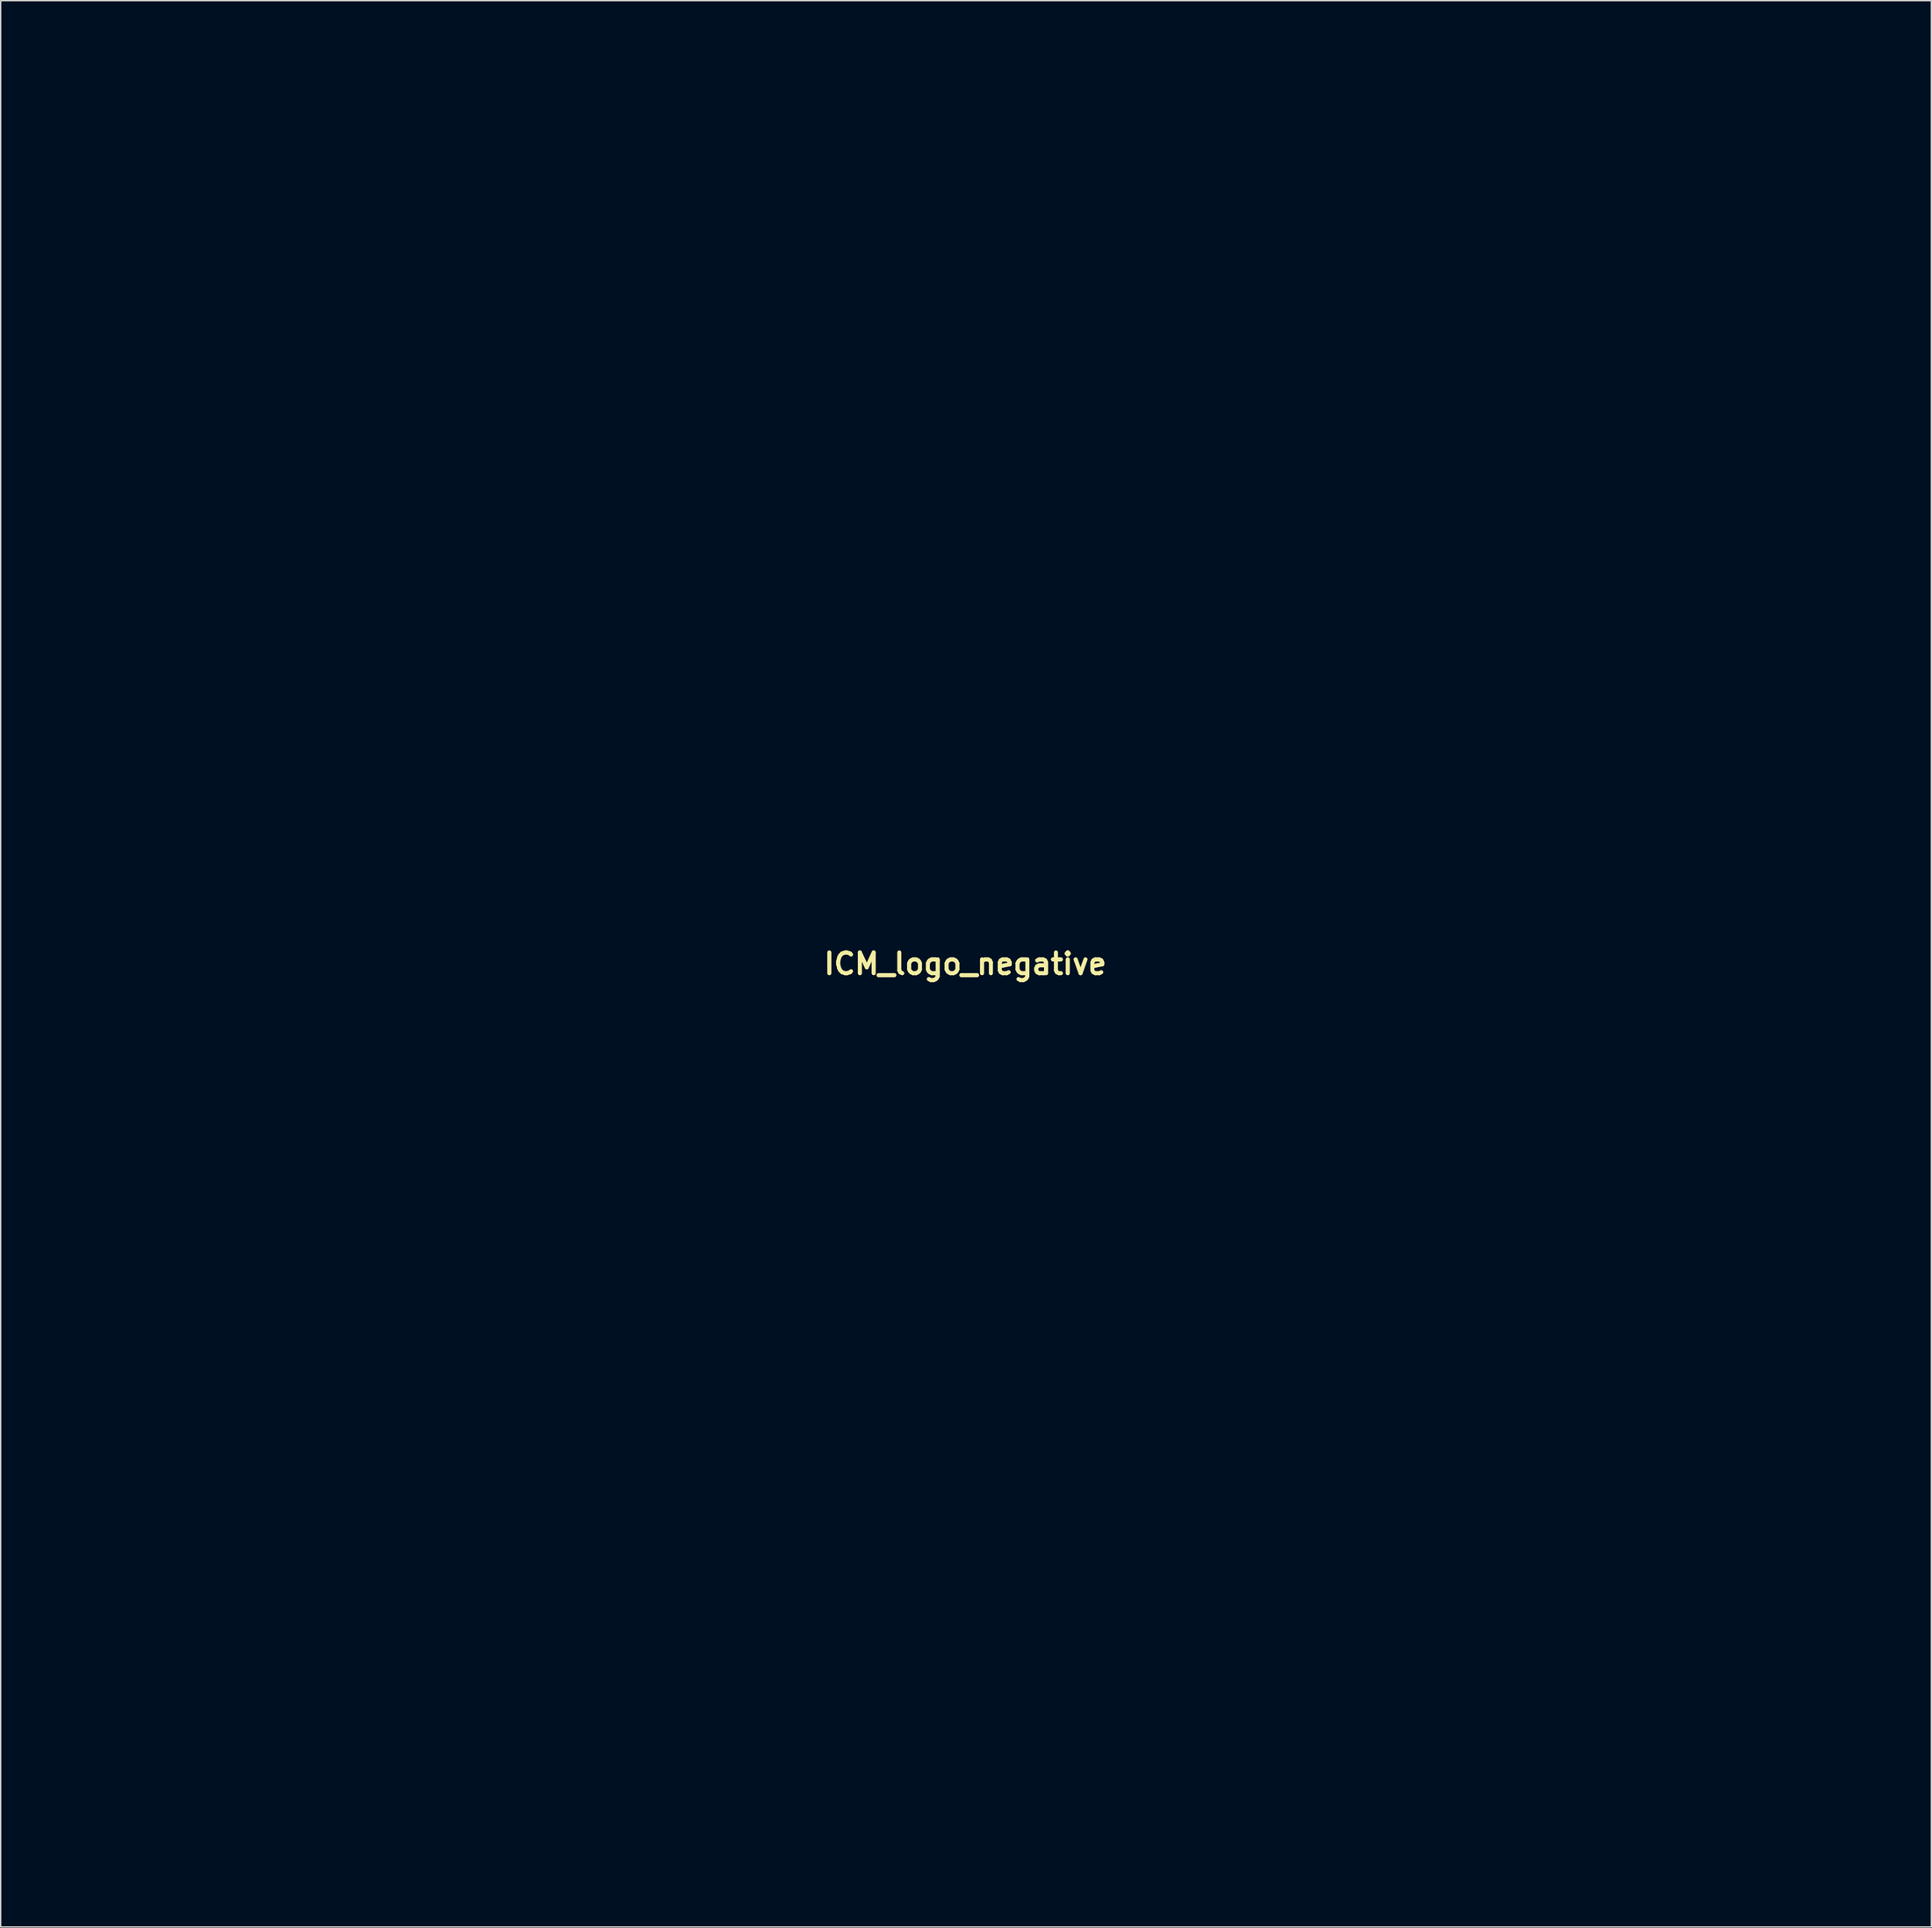
<source format=kicad_pcb>
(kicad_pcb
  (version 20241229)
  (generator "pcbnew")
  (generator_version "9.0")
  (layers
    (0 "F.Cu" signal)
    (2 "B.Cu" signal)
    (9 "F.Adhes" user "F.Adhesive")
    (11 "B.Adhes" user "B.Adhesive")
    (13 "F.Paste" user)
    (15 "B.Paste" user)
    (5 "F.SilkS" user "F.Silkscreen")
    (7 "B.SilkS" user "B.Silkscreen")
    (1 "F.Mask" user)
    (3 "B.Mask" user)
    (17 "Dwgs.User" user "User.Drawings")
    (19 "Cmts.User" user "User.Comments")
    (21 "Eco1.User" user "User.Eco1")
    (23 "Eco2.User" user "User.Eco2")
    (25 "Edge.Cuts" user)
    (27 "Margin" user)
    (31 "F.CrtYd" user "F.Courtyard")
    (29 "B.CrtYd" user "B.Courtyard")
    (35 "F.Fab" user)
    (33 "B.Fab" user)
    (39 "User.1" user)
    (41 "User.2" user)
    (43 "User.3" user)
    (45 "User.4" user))
  (footprint "ICM_logo_negative"
    (layer "F.Cu")
    (at 68.056 67.95)
    (property "Reference" "ICM_logo_negative" (at 0 0 0) (layer "F.SilkS") (effects (font (size 1.524 1.524) (thickness 0.3))))
    (attr through_hole)
    (fp_poly (pts (xy -67.918 54.409) (xy -67.896 54.504) (xy -67.444 56.336) (xy -66.806 58.075) (xy -65.991 59.712) (xy -65.009 61.236) (xy -63.867 62.637) (xy -62.576 63.903) (xy -61.144 65.024) (xy -59.58 65.989) (xy -57.893 66.788) (xy -57.478 66.951) (xy -56.734 67.207) (xy -55.946 67.427) (xy -55.048 67.625) (xy -54.451 67.738) (xy -53.393 67.928) (xy -60.722 67.936) (xy -68.051 67.945) (xy -68.039 60.881) (xy -68.036 59.476) (xy -68.032 58.271) (xy -68.028 57.254) (xy -68.022 56.412) (xy -68.014 55.733) (xy -68.004 55.205) (xy -67.992 54.816) (xy -67.978 54.554) (xy -67.961 54.407) (xy -67.941 54.363) (xy -67.918 54.409)) (stroke (width 0.01) (type solid)) (fill no) (layer "Eco2.User"))
    (fp_poly (pts (xy 68.067 53.842) (xy 68.083 53.964) (xy 68.097 54.198) (xy 68.109 54.556) (xy 68.118 55.048) (xy 68.126 55.689) (xy 68.132 56.489) (xy 68.137 57.46) (xy 68.14 58.614) (xy 68.143 59.963) (xy 68.145 60.563) (xy 68.157 67.945) (xy 60.775 67.933) (xy 59.344 67.93) (xy 58.113 67.927) (xy 57.07 67.922) (xy 56.202 67.917) (xy 55.499 67.91) (xy 54.949 67.901) (xy 54.538 67.891) (xy 54.256 67.878) (xy 54.09 67.862) (xy 54.029 67.844) (xy 54.061 67.823) (xy 54.174 67.798) (xy 54.24 67.787) (xy 55.643 67.499) (xy 57.063 67.081) (xy 58.433 66.558) (xy 59.691 65.951) (xy 60.196 65.662) (xy 61.748 64.599) (xy 63.152 63.389) (xy 64.402 62.042) (xy 65.488 60.572) (xy 66.404 58.988) (xy 67.142 57.304) (xy 67.693 55.53) (xy 67.999 54.028) (xy 68.025 53.886) (xy 68.047 53.82) (xy 68.067 53.842)) (stroke (width 0.01) (type solid)) (fill no) (layer "Eco2.User"))
    (fp_poly (pts (xy -60.775 -67.933) (xy -59.356 -67.93) (xy -58.137 -67.927) (xy -57.106 -67.922) (xy -56.25 -67.917) (xy -55.558 -67.91) (xy -55.017 -67.901) (xy -54.615 -67.89) (xy -54.341 -67.877) (xy -54.183 -67.862) (xy -54.128 -67.843) (xy -54.164 -67.822) (xy -54.279 -67.797) (xy -54.345 -67.786) (xy -56.155 -67.393) (xy -57.887 -66.808) (xy -59.53 -66.04) (xy -61.072 -65.098) (xy -62.499 -63.991) (xy -63.8 -62.729) (xy -64.963 -61.32) (xy -65.975 -59.774) (xy -66.553 -58.685) (xy -66.882 -57.937) (xy -67.202 -57.087) (xy -67.485 -56.217) (xy -67.704 -55.407) (xy -67.778 -55.063) (xy -67.859 -54.643) (xy -67.93 -54.283) (xy -67.977 -54.05) (xy -67.981 -54.028) (xy -67.989 -54.094) (xy -67.997 -54.356) (xy -68.004 -54.795) (xy -68.012 -55.397) (xy -68.018 -56.143) (xy -68.024 -57.018) (xy -68.03 -58.005) (xy -68.034 -59.087) (xy -68.037 -60.247) (xy -68.039 -60.881) (xy -68.051 -67.945) (xy -60.775 -67.933)) (stroke (width 0.01) (type solid)) (fill no) (layer "Eco2.User"))
    (fp_poly (pts (xy 68.157 -60.59) (xy 68.156 -59.363) (xy 68.155 -58.2) (xy 68.153 -57.119) (xy 68.15 -56.135) (xy 68.146 -55.267) (xy 68.142 -54.53) (xy 68.137 -53.943) (xy 68.132 -53.522) (xy 68.127 -53.283) (xy 68.123 -53.234) (xy 68.095 -53.331) (xy 68.049 -53.592) (xy 67.992 -53.968) (xy 67.964 -54.173) (xy 67.753 -55.297) (xy 67.419 -56.503) (xy 66.986 -57.722) (xy 66.479 -58.885) (xy 65.922 -59.923) (xy 65.919 -59.928) (xy 64.856 -61.495) (xy 63.65 -62.911) (xy 62.313 -64.168) (xy 60.855 -65.26) (xy 59.285 -66.18) (xy 57.615 -66.921) (xy 55.855 -67.475) (xy 54.345 -67.786) (xy 54.202 -67.812) (xy 54.133 -67.835) (xy 54.151 -67.855) (xy 54.267 -67.871) (xy 54.493 -67.885) (xy 54.842 -67.897) (xy 55.325 -67.906) (xy 55.955 -67.914) (xy 56.743 -67.92) (xy 57.701 -67.925) (xy 58.842 -67.929) (xy 60.177 -67.932) (xy 60.828 -67.933) (xy 68.157 -67.945) (xy 68.157 -60.59)) (stroke (width 0.01) (type solid)) (fill no) (layer "Eco2.User"))
    (fp_poly (pts (xy 4.047 -63.605) (xy 7.867 -63.605) (xy 11.486 -63.605) (xy 14.91 -63.604) (xy 18.144 -63.604) (xy 21.193 -63.603) (xy 24.064 -63.602) (xy 26.761 -63.601) (xy 29.289 -63.599) (xy 31.655 -63.598) (xy 33.864 -63.596) (xy 35.921 -63.594) (xy 37.831 -63.591) (xy 39.6 -63.588) (xy 41.234 -63.585) (xy 42.738 -63.582) (xy 44.117 -63.578) (xy 45.377 -63.574) (xy 46.523 -63.569) (xy 47.561 -63.564) (xy 48.496 -63.559) (xy 49.333 -63.553) (xy 50.078 -63.547) (xy 50.737 -63.54) (xy 51.314 -63.533) (xy 51.816 -63.525) (xy 52.248 -63.517) (xy 52.614 -63.508) (xy 52.921 -63.499) (xy 53.175 -63.489) (xy 53.379 -63.478) (xy 53.541 -63.467) (xy 53.665 -63.455) (xy 53.754 -63.443) (xy 55.309 -63.09) (xy 56.767 -62.548) (xy 58.131 -61.818) (xy 59.403 -60.897) (xy 60.537 -59.836) (xy 61.467 -58.739) (xy 62.238 -57.56) (xy 62.866 -56.271) (xy 63.365 -54.842) (xy 63.567 -54.081) (xy 63.582 -54.015) (xy 63.596 -53.937) (xy 63.609 -53.842) (xy 63.621 -53.723) (xy 63.633 -53.576) (xy 63.644 -53.394) (xy 63.654 -53.173) (xy 63.664 -52.907) (xy 63.674 -52.589) (xy 63.682 -52.216) (xy 63.691 -51.78) (xy 63.698 -51.276) (xy 63.705 -50.7) (xy 63.712 -50.045) (xy 63.718 -49.306) (xy 63.724 -48.477) (xy 63.73 -47.552) (xy 63.735 -46.527) (xy 63.74 -45.396) (xy 63.744 -44.152) (xy 63.748 -42.791) (xy 63.752 -41.307) (xy 63.756 -39.695) (xy 63.759 -37.948) (xy 63.762 -36.061) (xy 63.765 -34.029) (xy 63.768 -31.846) (xy 63.771 -29.507) (xy 63.773 -27.006) (xy 63.776 -24.338) (xy 63.778 -21.496) (xy 63.781 -18.476) (xy 63.783 -15.272) (xy 63.786 -11.878) (xy 63.788 -8.289) (xy 63.791 -4.498) (xy 63.793 -0.688) (xy 63.796 3.645) (xy 63.798 7.769) (xy 63.8 11.688) (xy 63.801 15.406) (xy 63.802 18.925) (xy 63.802 22.25) (xy 63.802 25.383) (xy 63.801 28.327) (xy 63.801 31.087) (xy 63.799 33.666) (xy 63.797 36.066) (xy 63.795 38.291) (xy 63.792 40.345) (xy 63.788 42.231) (xy 63.784 43.952) (xy 63.78 45.512) (xy 63.775 46.914) (xy 63.77 48.161) (xy 63.764 49.257) (xy 63.757 50.204) (xy 63.75 51.008) (xy 63.742 51.669) (xy 63.734 52.193) (xy 63.726 52.583) (xy 63.716 52.841) (xy 63.708 52.958) (xy 63.43 54.516) (xy 62.964 55.992) (xy 62.321 57.375) (xy 61.514 58.652) (xy 60.554 59.811) (xy 59.453 60.839) (xy 58.222 61.725) (xy 56.874 62.456) (xy 55.421 63.02) (xy 53.874 63.404) (xy 53.623 63.448) (xy 53.53 63.46) (xy 53.401 63.471) (xy 53.23 63.482) (xy 53.012 63.492) (xy 52.742 63.502) (xy 52.413 63.511) (xy 52.021 63.519) (xy 51.56 63.527) (xy 51.026 63.535) (xy 50.411 63.542) (xy 49.712 63.548) (xy 48.922 63.554) (xy 48.036 63.559) (xy 47.05 63.565) (xy 45.957 63.569) (xy 44.751 63.573) (xy 43.429 63.577) (xy 41.984 63.581) (xy 40.411 63.584) (xy 38.704 63.586) (xy 36.858 63.589) (xy 34.869 63.591) (xy 32.729 63.592) (xy 30.434 63.594) (xy 27.979 63.595) (xy 25.358 63.596) (xy 22.566 63.596) (xy 19.597 63.596) (xy 16.447 63.597) (xy 13.108 63.596) (xy 9.577 63.596) (xy 5.848 63.596) (xy 1.915 63.595) (xy -0.106 63.595) (xy -4.189 63.594) (xy -8.066 63.593) (xy -11.741 63.592) (xy -15.22 63.59) (xy -18.507 63.589) (xy -21.609 63.587) (xy -24.53 63.585) (xy -27.275 63.583) (xy -29.849 63.581) (xy -32.258 63.579) (xy -34.506 63.576) (xy -36.599 63.573) (xy -38.542 63.57) (xy -40.34 63.566) (xy -41.998 63.562) (xy -43.521 63.558) (xy -44.915 63.553) (xy -46.184 63.549) (xy -47.334 63.543) (xy -48.369 63.538) (xy -49.296 63.531) (xy -50.118 63.525) (xy -50.841 63.518) (xy -51.471 63.511) (xy -52.012 63.503) (xy -52.469 63.495) (xy -52.849 63.486) (xy -53.154 63.477) (xy -53.392 63.467) (xy -53.567 63.456) (xy -53.684 63.446) (xy -53.717 63.441) (xy -55.252 63.079) (xy -56.706 62.532) (xy -58.063 61.812) (xy -59.311 60.932) (xy -60.434 59.905) (xy -61.419 58.744) (xy -62.251 57.461) (xy -62.916 56.071) (xy -63.399 54.593) (xy -63.509 54.086) (xy -63.615 53.478) (xy -63.696 52.881) (xy -63.712 52.729) (xy -63.719 52.545) (xy -63.727 52.158) (xy -63.734 51.575) (xy -63.74 50.804) (xy -63.747 49.853) (xy -63.753 48.73) (xy -63.759 47.443) (xy -63.764 45.999) (xy -63.769 44.407) (xy -63.774 42.674) (xy -63.779 40.809) (xy -63.783 38.819) (xy -63.787 36.712) (xy -63.791 34.496) (xy -63.794 32.179) (xy -63.798 29.769) (xy -63.8 27.273) (xy -63.803 24.701) (xy -63.805 22.058) (xy -63.807 19.355) (xy -63.809 16.598) (xy -63.811 13.795) (xy -63.812 10.954) (xy -63.813 8.083) (xy -63.813 5.19) (xy -63.814 2.283) (xy -63.814 -0.63) (xy -63.813 -3.541) (xy -63.813 -6.443) (xy -63.812 -9.327) (xy -63.811 -12.186) (xy -63.81 -15.012) (xy -63.808 -17.797) (xy -63.806 -20.532) (xy -63.804 -23.21) (xy -63.801 -25.824) (xy -63.798 -28.365) (xy -63.795 -30.825) (xy -63.792 -33.196) (xy -63.788 -35.471) (xy -63.784 -37.642) (xy -63.78 -39.7) (xy -63.775 -41.638) (xy -63.771 -43.448) (xy -63.765 -45.122) (xy -63.76 -46.652) (xy -63.754 -48.03) (xy -63.748 -49.248) (xy -63.742 -50.299) (xy -63.736 -51.174) (xy -63.729 -51.866) (xy -63.722 -52.367) (xy -63.714 -52.668) (xy -63.71 -52.748) (xy -63.455 -54.319) (xy -63.012 -55.811) (xy -62.391 -57.21) (xy -61.606 -58.506) (xy -60.667 -59.684) (xy -59.587 -60.734) (xy -58.377 -61.641) (xy -57.05 -62.394) (xy -55.617 -62.98) (xy -54.091 -63.386) (xy -53.478 -63.493) (xy -53.333 -63.502) (xy -53.026 -63.511) (xy -52.556 -63.52) (xy -51.921 -63.528) (xy -51.118 -63.536) (xy -50.145 -63.543) (xy -49 -63.55) (xy -47.681 -63.557) (xy -46.186 -63.563) (xy -44.512 -63.568) (xy -42.658 -63.573) (xy -40.62 -63.578) (xy -38.398 -63.583) (xy -35.988 -63.587) (xy -33.39 -63.59) (xy -30.599 -63.593) (xy -27.615 -63.596) (xy -24.435 -63.599) (xy -21.057 -63.601) (xy -17.478 -63.602) (xy -13.698 -63.604) (xy -9.712 -63.605) (xy -5.52 -63.605) (xy -1.119 -63.605) (xy 0.02 -63.605) (xy 4.047 -63.605)) (stroke (width 0.01) (type solid)) (fill no) (layer "Eco2.User")))
  (gr_rect
    (start -3 -3)
    (end 139.218 138.9)
    (stroke (width 0.1) (type default))
    (fill no)
    (layer "Edge.Cuts")))
</source>
